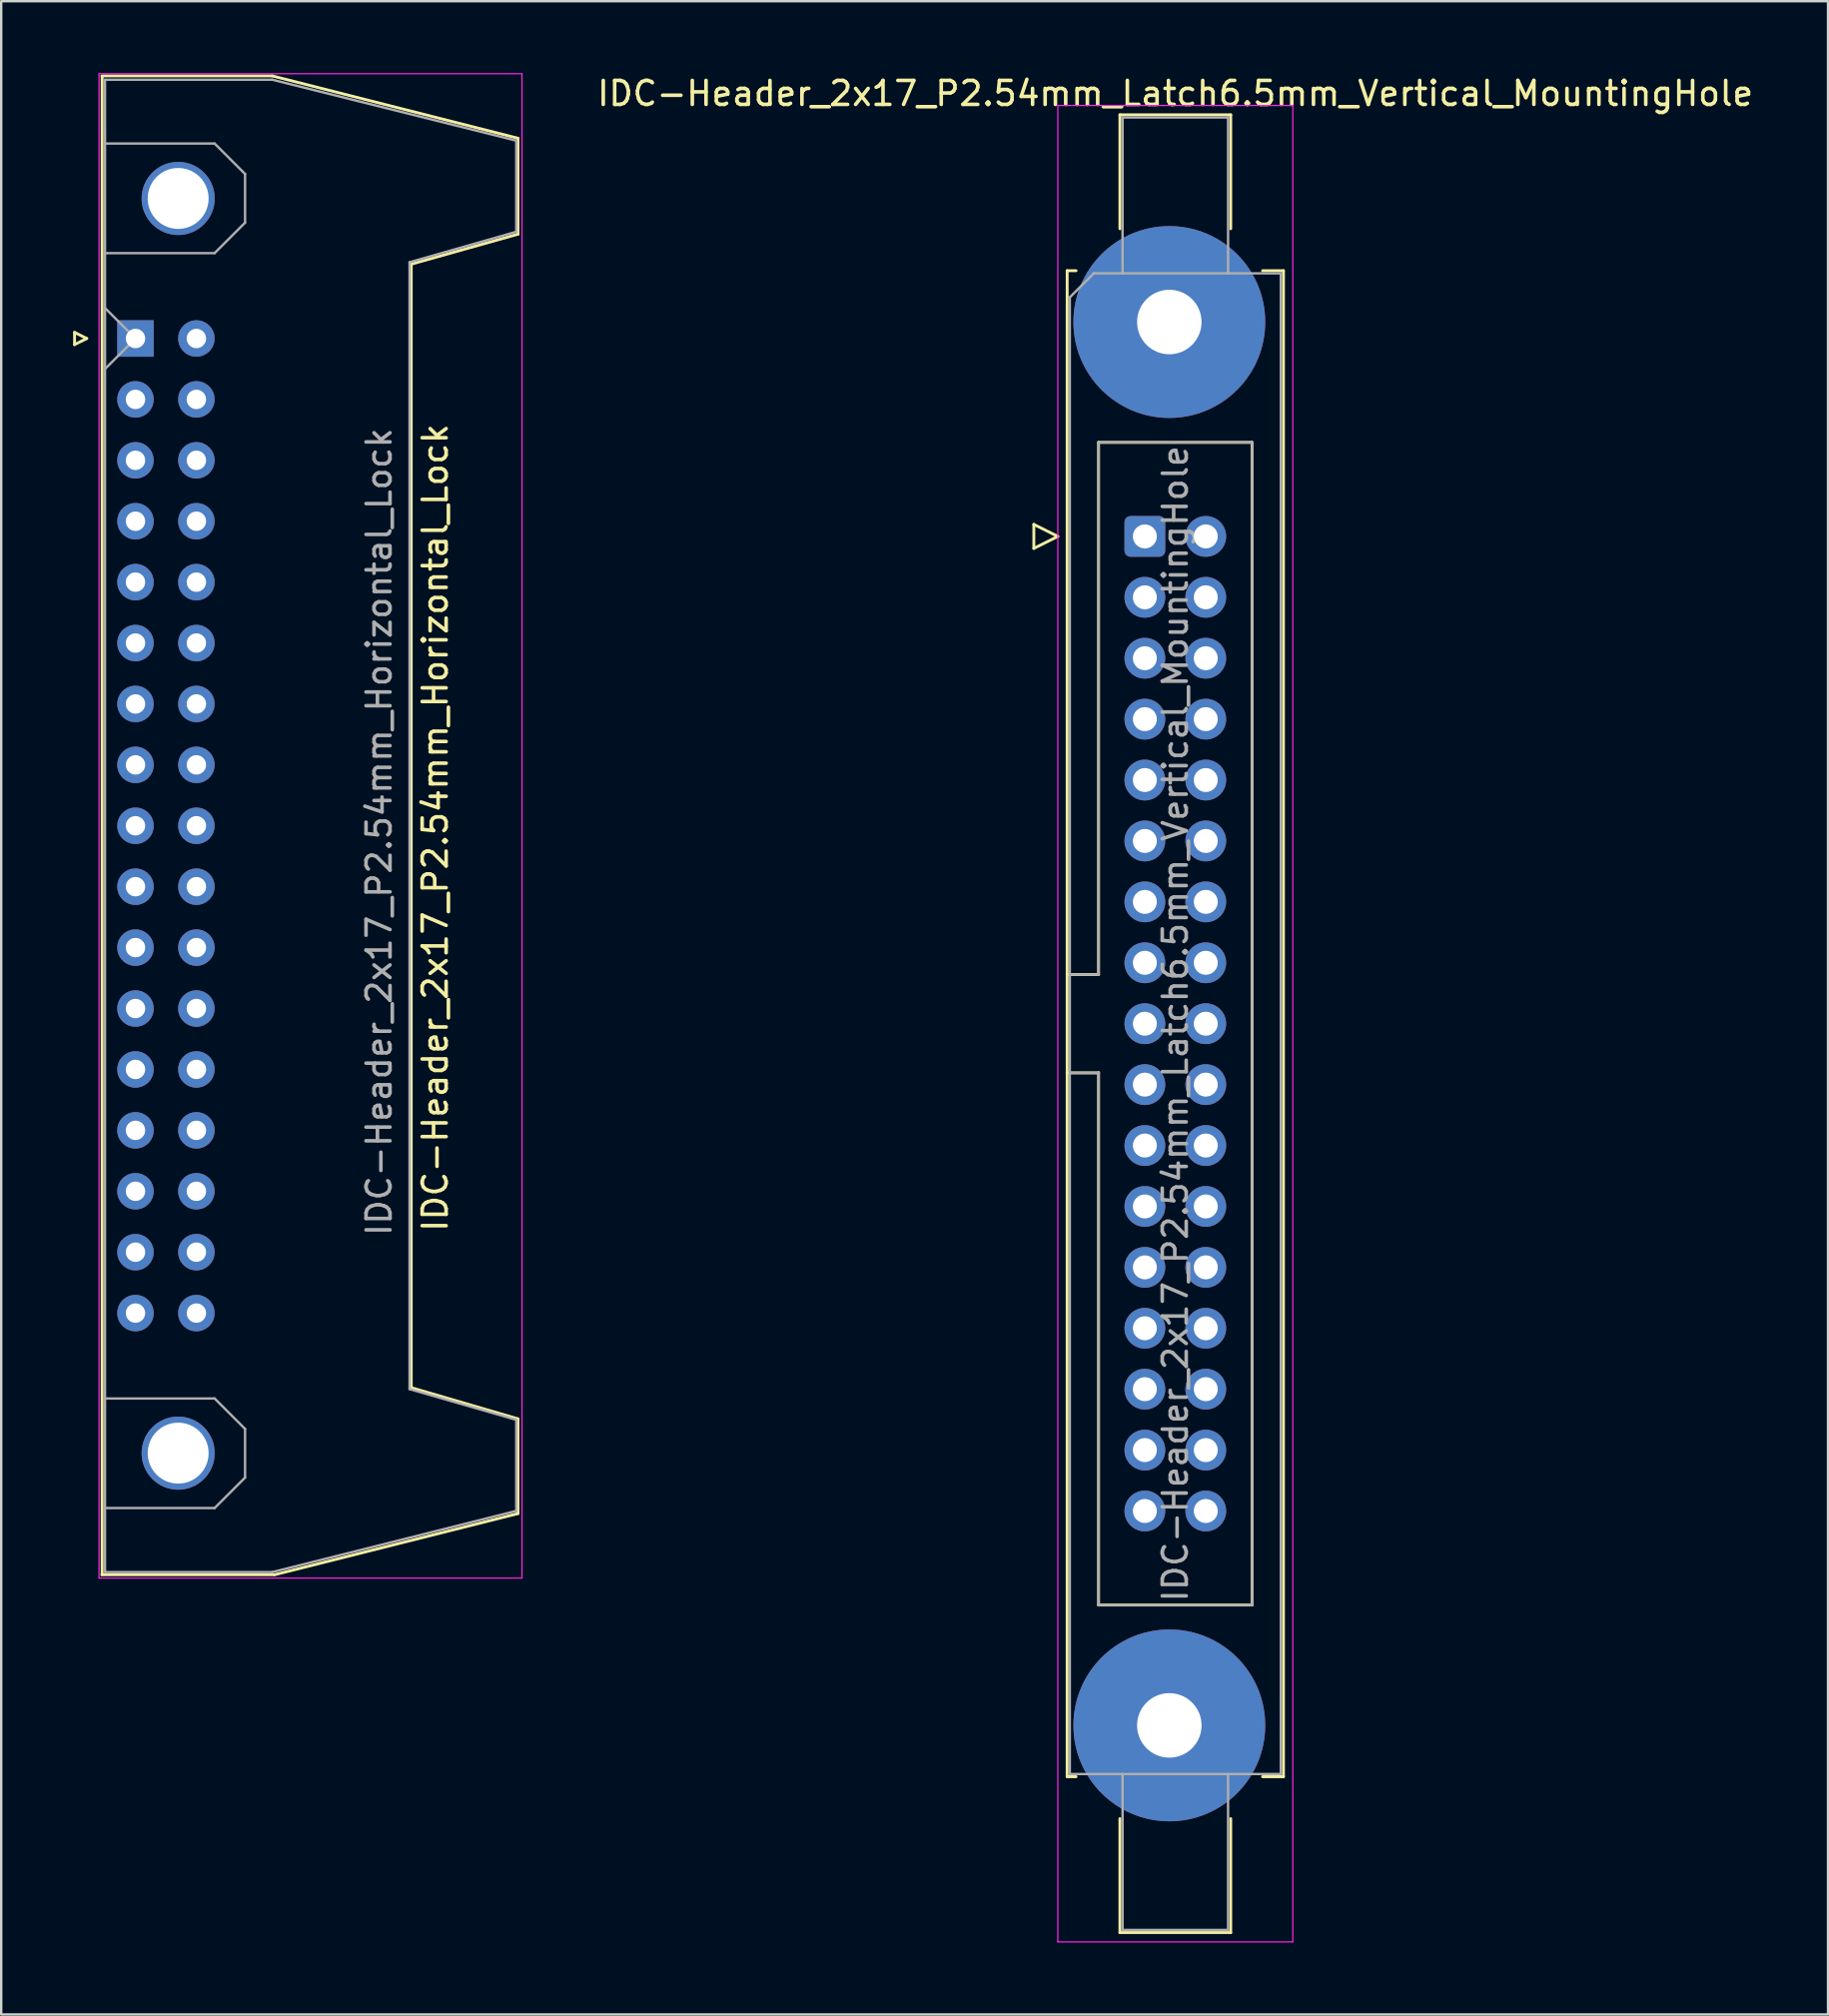
<source format=kicad_pcb>
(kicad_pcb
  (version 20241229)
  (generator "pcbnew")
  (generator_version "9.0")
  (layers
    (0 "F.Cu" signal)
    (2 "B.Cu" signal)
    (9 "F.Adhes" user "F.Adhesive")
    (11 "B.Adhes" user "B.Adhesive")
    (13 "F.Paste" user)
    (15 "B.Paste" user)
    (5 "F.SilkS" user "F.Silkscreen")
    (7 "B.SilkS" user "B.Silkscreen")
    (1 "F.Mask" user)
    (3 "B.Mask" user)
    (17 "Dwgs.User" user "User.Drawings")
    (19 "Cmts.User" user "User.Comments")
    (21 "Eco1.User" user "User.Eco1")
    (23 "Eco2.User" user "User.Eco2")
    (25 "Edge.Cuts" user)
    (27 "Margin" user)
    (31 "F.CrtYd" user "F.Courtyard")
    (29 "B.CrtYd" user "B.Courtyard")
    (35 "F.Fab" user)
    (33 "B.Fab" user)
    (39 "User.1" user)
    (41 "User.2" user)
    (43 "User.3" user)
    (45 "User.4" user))
  (footprint "IDC-Header_2x17_P2.54mm_Latch6.5mm_Vertical_MountingHole"
    (layer "F.Cu")
    (at 44.695 19.318)
    (property "Reference" "IDC-Header_2x17_P2.54mm_Latch6.5mm_Vertical_MountingHole" (at 1.27 -18.47 0) (layer "F.SilkS") (effects (font (size 1 1) (thickness 0.15))))
    (attr through_hole)
    (fp_line (start -4.63 -0.5) (end -4.63 0.5) (stroke (width 0.12) (type solid)) (layer "F.SilkS"))
    (fp_line (start -4.63 0.5) (end -3.63 0) (stroke (width 0.12) (type solid)) (layer "F.SilkS"))
    (fp_line (start -3.63 0) (end -4.63 -0.5) (stroke (width 0.12) (type solid)) (layer "F.SilkS"))
    (fp_line (start -3.24 -11.08) (end -3.24 51.72) (stroke (width 0.12) (type solid)) (layer "F.SilkS"))
    (fp_line (start -3.24 18.27) (end -1.93 18.27) (stroke (width 0.12) (type solid)) (layer "F.SilkS"))
    (fp_line (start -3.24 51.72) (end -2.87 51.72) (stroke (width 0.12) (type solid)) (layer "F.SilkS"))
    (fp_line (start -2.87 -11.08) (end -3.24 -11.08) (stroke (width 0.12) (type solid)) (layer "F.SilkS"))
    (fp_line (start -1.93 -3.92) (end 4.47 -3.92) (stroke (width 0.12) (type solid)) (layer "F.SilkS"))
    (fp_line (start -1.93 18.27) (end -1.93 -3.92) (stroke (width 0.12) (type solid)) (layer "F.SilkS"))
    (fp_line (start -1.93 22.37) (end -3.24 22.37) (stroke (width 0.12) (type solid)) (layer "F.SilkS"))
    (fp_line (start -1.93 22.37) (end -1.93 22.37) (stroke (width 0.12) (type solid)) (layer "F.SilkS"))
    (fp_line (start -1.93 44.56) (end -1.93 22.37) (stroke (width 0.12) (type solid)) (layer "F.SilkS"))
    (fp_line (start -1.04 -17.58) (end 3.58 -17.58) (stroke (width 0.12) (type solid)) (layer "F.SilkS"))
    (fp_line (start -1.04 -12.83) (end -1.04 -17.58) (stroke (width 0.12) (type solid)) (layer "F.SilkS"))
    (fp_line (start -1.04 53.47) (end -1.04 58.22) (stroke (width 0.12) (type solid)) (layer "F.SilkS"))
    (fp_line (start -1.04 58.22) (end 3.58 58.22) (stroke (width 0.12) (type solid)) (layer "F.SilkS"))
    (fp_line (start 3.58 -17.58) (end 3.58 -12.83) (stroke (width 0.12) (type solid)) (layer "F.SilkS"))
    (fp_line (start 3.58 58.22) (end 3.58 53.47) (stroke (width 0.12) (type solid)) (layer "F.SilkS"))
    (fp_line (start 4.47 -3.92) (end 4.47 44.56) (stroke (width 0.12) (type solid)) (layer "F.SilkS"))
    (fp_line (start 4.47 44.56) (end -1.93 44.56) (stroke (width 0.12) (type solid)) (layer "F.SilkS"))
    (fp_line (start 4.91 -11.08) (end 5.78 -11.08) (stroke (width 0.12) (type solid)) (layer "F.SilkS"))
    (fp_line (start 5.78 -11.08) (end 5.78 51.72) (stroke (width 0.12) (type solid)) (layer "F.SilkS"))
    (fp_line (start 5.78 51.72) (end 4.91 51.72) (stroke (width 0.12) (type solid)) (layer "F.SilkS"))
    (fp_line (start -3.63 -17.97) (end -3.63 58.61) (stroke (width 0.05) (type solid)) (layer "F.CrtYd"))
    (fp_line (start -3.63 58.61) (end 6.17 58.61) (stroke (width 0.05) (type solid)) (layer "F.CrtYd"))
    (fp_line (start 6.17 -17.97) (end -3.63 -17.97) (stroke (width 0.05) (type solid)) (layer "F.CrtYd"))
    (fp_line (start 6.17 58.61) (end 6.17 -17.97) (stroke (width 0.05) (type solid)) (layer "F.CrtYd"))
    (fp_line (start -3.13 -9.97) (end -2.13 -10.97) (stroke (width 0.1) (type solid)) (layer "F.Fab"))
    (fp_line (start -3.13 18.27) (end -1.93 18.27) (stroke (width 0.1) (type solid)) (layer "F.Fab"))
    (fp_line (start -3.13 51.61) (end -3.13 -9.97) (stroke (width 0.1) (type solid)) (layer "F.Fab"))
    (fp_line (start -2.13 -10.97) (end 5.67 -10.97) (stroke (width 0.1) (type solid)) (layer "F.Fab"))
    (fp_line (start -1.93 -3.92) (end 4.47 -3.92) (stroke (width 0.1) (type solid)) (layer "F.Fab"))
    (fp_line (start -1.93 18.27) (end -1.93 -3.92) (stroke (width 0.1) (type solid)) (layer "F.Fab"))
    (fp_line (start -1.93 22.37) (end -3.13 22.37) (stroke (width 0.1) (type solid)) (layer "F.Fab"))
    (fp_line (start -1.93 22.37) (end -1.93 22.37) (stroke (width 0.1) (type solid)) (layer "F.Fab"))
    (fp_line (start -1.93 44.56) (end -1.93 22.37) (stroke (width 0.1) (type solid)) (layer "F.Fab"))
    (fp_line (start -0.93 -17.47) (end 3.47 -17.47) (stroke (width 0.1) (type solid)) (layer "F.Fab"))
    (fp_line (start -0.93 -10.97) (end -0.93 -17.47) (stroke (width 0.1) (type solid)) (layer "F.Fab"))
    (fp_line (start -0.93 51.61) (end -0.93 58.11) (stroke (width 0.1) (type solid)) (layer "F.Fab"))
    (fp_line (start -0.93 58.11) (end 3.47 58.11) (stroke (width 0.1) (type solid)) (layer "F.Fab"))
    (fp_line (start 3.47 -17.47) (end 3.47 -10.97) (stroke (width 0.1) (type solid)) (layer "F.Fab"))
    (fp_line (start 3.47 58.11) (end 3.47 51.61) (stroke (width 0.1) (type solid)) (layer "F.Fab"))
    (fp_line (start 4.47 -3.92) (end 4.47 44.56) (stroke (width 0.1) (type solid)) (layer "F.Fab"))
    (fp_line (start 4.47 44.56) (end -1.93 44.56) (stroke (width 0.1) (type solid)) (layer "F.Fab"))
    (fp_line (start 5.67 -10.97) (end 5.67 51.61) (stroke (width 0.1) (type solid)) (layer "F.Fab"))
    (fp_line (start 5.67 51.61) (end -3.13 51.61) (stroke (width 0.1) (type solid)) (layer "F.Fab"))
    (fp_text user "${REFERENCE}" (at 1.27 20.32 90) (layer "F.Fab") (effects (font (size 1 1) (thickness 0.15))))
    (pad "" thru_hole circle (at 1.02 -8.94) (size 8 8) (drill 2.69) (layers "*.Cu" "*.Mask"))
    (pad "" thru_hole circle (at 1.02 49.58) (size 8 8) (drill 2.69) (layers "*.Cu" "*.Mask"))
    (pad "1" thru_hole roundrect (at 0 0) (size 1.7 1.7) (drill 1) (layers "*.Cu" "*.Mask") (roundrect_rratio 0.147))
    (pad "2" thru_hole circle (at 2.54 0) (size 1.7 1.7) (drill 1) (layers "*.Cu" "*.Mask"))
    (pad "3" thru_hole circle (at 0 2.54) (size 1.7 1.7) (drill 1) (layers "*.Cu" "*.Mask"))
    (pad "4" thru_hole circle (at 2.54 2.54) (size 1.7 1.7) (drill 1) (layers "*.Cu" "*.Mask"))
    (pad "5" thru_hole circle (at 0 5.08) (size 1.7 1.7) (drill 1) (layers "*.Cu" "*.Mask"))
    (pad "6" thru_hole circle (at 2.54 5.08) (size 1.7 1.7) (drill 1) (layers "*.Cu" "*.Mask"))
    (pad "7" thru_hole circle (at 0 7.62) (size 1.7 1.7) (drill 1) (layers "*.Cu" "*.Mask"))
    (pad "8" thru_hole circle (at 2.54 7.62) (size 1.7 1.7) (drill 1) (layers "*.Cu" "*.Mask"))
    (pad "9" thru_hole circle (at 0 10.16) (size 1.7 1.7) (drill 1) (layers "*.Cu" "*.Mask"))
    (pad "10" thru_hole circle (at 2.54 10.16) (size 1.7 1.7) (drill 1) (layers "*.Cu" "*.Mask"))
    (pad "11" thru_hole circle (at 0 12.7) (size 1.7 1.7) (drill 1) (layers "*.Cu" "*.Mask"))
    (pad "12" thru_hole circle (at 2.54 12.7) (size 1.7 1.7) (drill 1) (layers "*.Cu" "*.Mask"))
    (pad "13" thru_hole circle (at 0 15.24) (size 1.7 1.7) (drill 1) (layers "*.Cu" "*.Mask"))
    (pad "14" thru_hole circle (at 2.54 15.24) (size 1.7 1.7) (drill 1) (layers "*.Cu" "*.Mask"))
    (pad "15" thru_hole circle (at 0 17.78) (size 1.7 1.7) (drill 1) (layers "*.Cu" "*.Mask"))
    (pad "16" thru_hole circle (at 2.54 17.78) (size 1.7 1.7) (drill 1) (layers "*.Cu" "*.Mask"))
    (pad "17" thru_hole circle (at 0 20.32) (size 1.7 1.7) (drill 1) (layers "*.Cu" "*.Mask"))
    (pad "18" thru_hole circle (at 2.54 20.32) (size 1.7 1.7) (drill 1) (layers "*.Cu" "*.Mask"))
    (pad "19" thru_hole circle (at 0 22.86) (size 1.7 1.7) (drill 1) (layers "*.Cu" "*.Mask"))
    (pad "20" thru_hole circle (at 2.54 22.86) (size 1.7 1.7) (drill 1) (layers "*.Cu" "*.Mask"))
    (pad "21" thru_hole circle (at 0 25.4) (size 1.7 1.7) (drill 1) (layers "*.Cu" "*.Mask"))
    (pad "22" thru_hole circle (at 2.54 25.4) (size 1.7 1.7) (drill 1) (layers "*.Cu" "*.Mask"))
    (pad "23" thru_hole circle (at 0 27.94) (size 1.7 1.7) (drill 1) (layers "*.Cu" "*.Mask"))
    (pad "24" thru_hole circle (at 2.54 27.94) (size 1.7 1.7) (drill 1) (layers "*.Cu" "*.Mask"))
    (pad "25" thru_hole circle (at 0 30.48) (size 1.7 1.7) (drill 1) (layers "*.Cu" "*.Mask"))
    (pad "26" thru_hole circle (at 2.54 30.48) (size 1.7 1.7) (drill 1) (layers "*.Cu" "*.Mask"))
    (pad "27" thru_hole circle (at 0 33.02) (size 1.7 1.7) (drill 1) (layers "*.Cu" "*.Mask"))
    (pad "28" thru_hole circle (at 2.54 33.02) (size 1.7 1.7) (drill 1) (layers "*.Cu" "*.Mask"))
    (pad "29" thru_hole circle (at 0 35.56) (size 1.7 1.7) (drill 1) (layers "*.Cu" "*.Mask"))
    (pad "30" thru_hole circle (at 2.54 35.56) (size 1.7 1.7) (drill 1) (layers "*.Cu" "*.Mask"))
    (pad "31" thru_hole circle (at 0 38.1) (size 1.7 1.7) (drill 1) (layers "*.Cu" "*.Mask"))
    (pad "32" thru_hole circle (at 2.54 38.1) (size 1.7 1.7) (drill 1) (layers "*.Cu" "*.Mask"))
    (pad "33" thru_hole circle (at 0 40.64) (size 1.7 1.7) (drill 1) (layers "*.Cu" "*.Mask"))
    (pad "34" thru_hole circle (at 2.54 40.64) (size 1.7 1.7) (drill 1) (layers "*.Cu" "*.Mask")))
  (footprint "IDC-Header_2x17_P2.54mm_Horizontal_Lock"
    (layer "F.Cu")
    (at 2.6 11.065)
    (property "Reference" "IDC-Header_2x17_P2.54mm_Horizontal_Lock" (at 12.5 20.4 270) (layer "F.SilkS") (effects (font (size 1 1) (thickness 0.15))))
    (attr through_hole)
    (fp_line (start -2.54 -0.254) (end -2.54 0.254) (stroke (width 0.12) (type solid)) (layer "F.SilkS"))
    (fp_line (start -2.54 0.254) (end -2.032 0) (stroke (width 0.12) (type solid)) (layer "F.SilkS"))
    (fp_line (start -2.032 0) (end -2.54 -0.254) (stroke (width 0.12) (type solid)) (layer "F.SilkS"))
    (fp_line (start -1.4 -10.95) (end 5.7 -10.95) (stroke (width 0.12) (type solid)) (layer "F.SilkS"))
    (fp_line (start -1.4 51.55) (end 5.8 51.55) (stroke (width 0.12) (type solid)) (layer "F.SilkS"))
    (fp_line (start -1.39 51.55) (end -1.39 -10.91) (stroke (width 0.12) (type solid)) (layer "F.SilkS"))
    (fp_line (start 5.8 51.55) (end 15.95 49) (stroke (width 0.12) (type solid)) (layer "F.SilkS"))
    (fp_line (start 11.5 -3.1) (end 15.95 -4.35) (stroke (width 0.12) (type solid)) (layer "F.SilkS"))
    (fp_line (start 11.5 43.75) (end 11.5 -3.1) (stroke (width 0.12) (type solid)) (layer "F.SilkS"))
    (fp_line (start 15.95 -8.35) (end 5.7 -10.95) (stroke (width 0.12) (type solid)) (layer "F.SilkS"))
    (fp_line (start 15.95 -4.35) (end 15.95 -8.35) (stroke (width 0.12) (type solid)) (layer "F.SilkS"))
    (fp_line (start 15.95 45.05) (end 11.5 43.75) (stroke (width 0.12) (type solid)) (layer "F.SilkS"))
    (fp_line (start 15.95 49) (end 15.95 45.05) (stroke (width 0.12) (type solid)) (layer "F.SilkS"))
    (fp_line (start -1.52 51.69) (end -1.52 -11.04) (stroke (width 0.05) (type solid)) (layer "F.CrtYd"))
    (fp_line (start -1.52 51.69) (end 16.12 51.69) (stroke (width 0.05) (type solid)) (layer "F.CrtYd"))
    (fp_line (start 16.12 -11.04) (end -1.52 -11.04) (stroke (width 0.05) (type solid)) (layer "F.CrtYd"))
    (fp_line (start 16.12 -11.04) (end 16.12 51.69) (stroke (width 0.05) (type solid)) (layer "F.CrtYd"))
    (fp_line (start -1.27 -10.79) (end -1.27 51.44) (stroke (width 0.1) (type solid)) (layer "F.Fab"))
    (fp_line (start -1.27 -8.13) (end 3.3 -8.13) (stroke (width 0.1) (type solid)) (layer "F.Fab"))
    (fp_line (start -1.27 -3.56) (end 3.3 -3.56) (stroke (width 0.1) (type solid)) (layer "F.Fab"))
    (fp_line (start -1.27 -1.27) (end 0 0) (stroke (width 0.1) (type solid)) (layer "F.Fab"))
    (fp_line (start -1.27 44.2) (end 3.3 44.2) (stroke (width 0.1) (type solid)) (layer "F.Fab"))
    (fp_line (start -1.27 51.44) (end 5.71 51.44) (stroke (width 0.1) (type solid)) (layer "F.Fab"))
    (fp_line (start 0 0) (end -1.27 1.27) (stroke (width 0.1) (type solid)) (layer "F.Fab"))
    (fp_line (start 3.3 -8.13) (end 4.57 -6.86) (stroke (width 0.1) (type solid)) (layer "F.Fab"))
    (fp_line (start 3.3 44.2) (end 4.57 45.47) (stroke (width 0.1) (type solid)) (layer "F.Fab"))
    (fp_line (start 3.3 48.77) (end -1.27 48.77) (stroke (width 0.1) (type solid)) (layer "F.Fab"))
    (fp_line (start 4.57 -6.86) (end 4.57 -4.83) (stroke (width 0.1) (type solid)) (layer "F.Fab"))
    (fp_line (start 4.57 -4.83) (end 3.3 -3.56) (stroke (width 0.1) (type solid)) (layer "F.Fab"))
    (fp_line (start 4.57 45.47) (end 4.57 47.5) (stroke (width 0.1) (type solid)) (layer "F.Fab"))
    (fp_line (start 4.57 47.5) (end 3.3 48.77) (stroke (width 0.1) (type solid)) (layer "F.Fab"))
    (fp_line (start 5.71 -10.79) (end -1.27 -10.79) (stroke (width 0.1) (type solid)) (layer "F.Fab"))
    (fp_line (start 5.71 51.44) (end 15.88 48.89) (stroke (width 0.1) (type solid)) (layer "F.Fab"))
    (fp_line (start 11.43 -3.18) (end 11.43 43.81) (stroke (width 0.1) (type solid)) (layer "F.Fab"))
    (fp_line (start 15.88 -8.25) (end 5.71 -10.79) (stroke (width 0.1) (type solid)) (layer "F.Fab"))
    (fp_line (start 15.88 -8.25) (end 15.88 -4.45) (stroke (width 0.1) (type solid)) (layer "F.Fab"))
    (fp_line (start 15.88 -4.45) (end 11.43 -3.18) (stroke (width 0.1) (type solid)) (layer "F.Fab"))
    (fp_line (start 15.88 45.09) (end 11.43 43.81) (stroke (width 0.1) (type solid)) (layer "F.Fab"))
    (fp_line (start 15.88 48.89) (end 15.88 45.09) (stroke (width 0.1) (type solid)) (layer "F.Fab"))
    (fp_text user "${REFERENCE}" (at 10.16 20.574 90) (layer "F.Fab") (effects (font (size 1 1) (thickness 0.15))))
    (pad "" thru_hole circle (at 1.78 -5.84 270) (size 3.05 3.05) (drill 2.54) (layers "*.Cu" "*.Mask"))
    (pad "" thru_hole circle (at 1.78 46.48 270) (size 3.05 3.05) (drill 2.54) (layers "*.Cu" "*.Mask"))
    (pad "1" thru_hole rect (at 0 0 270) (size 1.52 1.52) (drill 0.81) (layers "*.Cu" "*.Mask"))
    (pad "2" thru_hole circle (at 2.54 0 270) (size 1.52 1.52) (drill 0.81) (layers "*.Cu" "*.Mask"))
    (pad "3" thru_hole circle (at 0 2.54 270) (size 1.52 1.52) (drill 0.81) (layers "*.Cu" "*.Mask"))
    (pad "4" thru_hole circle (at 2.54 2.54 270) (size 1.52 1.52) (drill 0.81) (layers "*.Cu" "*.Mask"))
    (pad "5" thru_hole circle (at 0 5.08 270) (size 1.52 1.52) (drill 0.81) (layers "*.Cu" "*.Mask"))
    (pad "6" thru_hole circle (at 2.54 5.08 270) (size 1.52 1.52) (drill 0.81) (layers "*.Cu" "*.Mask"))
    (pad "7" thru_hole circle (at 0 7.62 270) (size 1.52 1.52) (drill 0.81) (layers "*.Cu" "*.Mask"))
    (pad "8" thru_hole circle (at 2.54 7.62 270) (size 1.52 1.52) (drill 0.81) (layers "*.Cu" "*.Mask"))
    (pad "9" thru_hole circle (at 0 10.16 270) (size 1.52 1.52) (drill 0.81) (layers "*.Cu" "*.Mask"))
    (pad "10" thru_hole circle (at 2.54 10.16 270) (size 1.52 1.52) (drill 0.81) (layers "*.Cu" "*.Mask"))
    (pad "11" thru_hole circle (at 0 12.7 270) (size 1.52 1.52) (drill 0.81) (layers "*.Cu" "*.Mask"))
    (pad "12" thru_hole circle (at 2.54 12.7 270) (size 1.52 1.52) (drill 0.81) (layers "*.Cu" "*.Mask"))
    (pad "13" thru_hole circle (at 0 15.24 270) (size 1.52 1.52) (drill 0.81) (layers "*.Cu" "*.Mask"))
    (pad "14" thru_hole circle (at 2.54 15.24 270) (size 1.52 1.52) (drill 0.81) (layers "*.Cu" "*.Mask"))
    (pad "15" thru_hole circle (at 0 17.78 270) (size 1.52 1.52) (drill 0.81) (layers "*.Cu" "*.Mask"))
    (pad "16" thru_hole circle (at 2.54 17.78 270) (size 1.52 1.52) (drill 0.81) (layers "*.Cu" "*.Mask"))
    (pad "17" thru_hole circle (at 0 20.32 270) (size 1.52 1.52) (drill 0.81) (layers "*.Cu" "*.Mask"))
    (pad "18" thru_hole circle (at 2.54 20.32 270) (size 1.52 1.52) (drill 0.81) (layers "*.Cu" "*.Mask"))
    (pad "19" thru_hole circle (at 0 22.86 270) (size 1.52 1.52) (drill 0.81) (layers "*.Cu" "*.Mask"))
    (pad "20" thru_hole circle (at 2.54 22.86 270) (size 1.52 1.52) (drill 0.81) (layers "*.Cu" "*.Mask"))
    (pad "21" thru_hole circle (at 0 25.4 270) (size 1.52 1.52) (drill 0.81) (layers "*.Cu" "*.Mask"))
    (pad "22" thru_hole circle (at 2.54 25.4 270) (size 1.52 1.52) (drill 0.81) (layers "*.Cu" "*.Mask"))
    (pad "23" thru_hole circle (at 0 27.94 270) (size 1.52 1.52) (drill 0.81) (layers "*.Cu" "*.Mask"))
    (pad "24" thru_hole circle (at 2.54 27.94 270) (size 1.52 1.52) (drill 0.81) (layers "*.Cu" "*.Mask"))
    (pad "25" thru_hole circle (at 0 30.48 270) (size 1.52 1.52) (drill 0.81) (layers "*.Cu" "*.Mask"))
    (pad "26" thru_hole circle (at 2.54 30.48 270) (size 1.52 1.52) (drill 0.81) (layers "*.Cu" "*.Mask"))
    (pad "27" thru_hole circle (at 0 33.02 270) (size 1.52 1.52) (drill 0.81) (layers "*.Cu" "*.Mask"))
    (pad "28" thru_hole circle (at 2.54 33.02 270) (size 1.52 1.52) (drill 0.81) (layers "*.Cu" "*.Mask"))
    (pad "29" thru_hole circle (at 0 35.56 270) (size 1.52 1.52) (drill 0.81) (layers "*.Cu" "*.Mask"))
    (pad "30" thru_hole circle (at 2.54 35.56 270) (size 1.52 1.52) (drill 0.81) (layers "*.Cu" "*.Mask"))
    (pad "31" thru_hole circle (at 0 38.1 270) (size 1.52 1.52) (drill 0.81) (layers "*.Cu" "*.Mask"))
    (pad "32" thru_hole circle (at 2.54 38.1 270) (size 1.52 1.52) (drill 0.81) (layers "*.Cu" "*.Mask"))
    (pad "33" thru_hole circle (at 0 40.64 270) (size 1.52 1.52) (drill 0.81) (layers "*.Cu" "*.Mask"))
    (pad "34" thru_hole circle (at 2.54 40.64 270) (size 1.52 1.52) (drill 0.81) (layers "*.Cu" "*.Mask")))
  (gr_rect
    (start -3 -3)
    (end 73.185 80.953)
    (stroke (width 0.1) (type default))
    (fill no)
    (layer "Edge.Cuts")))
</source>
